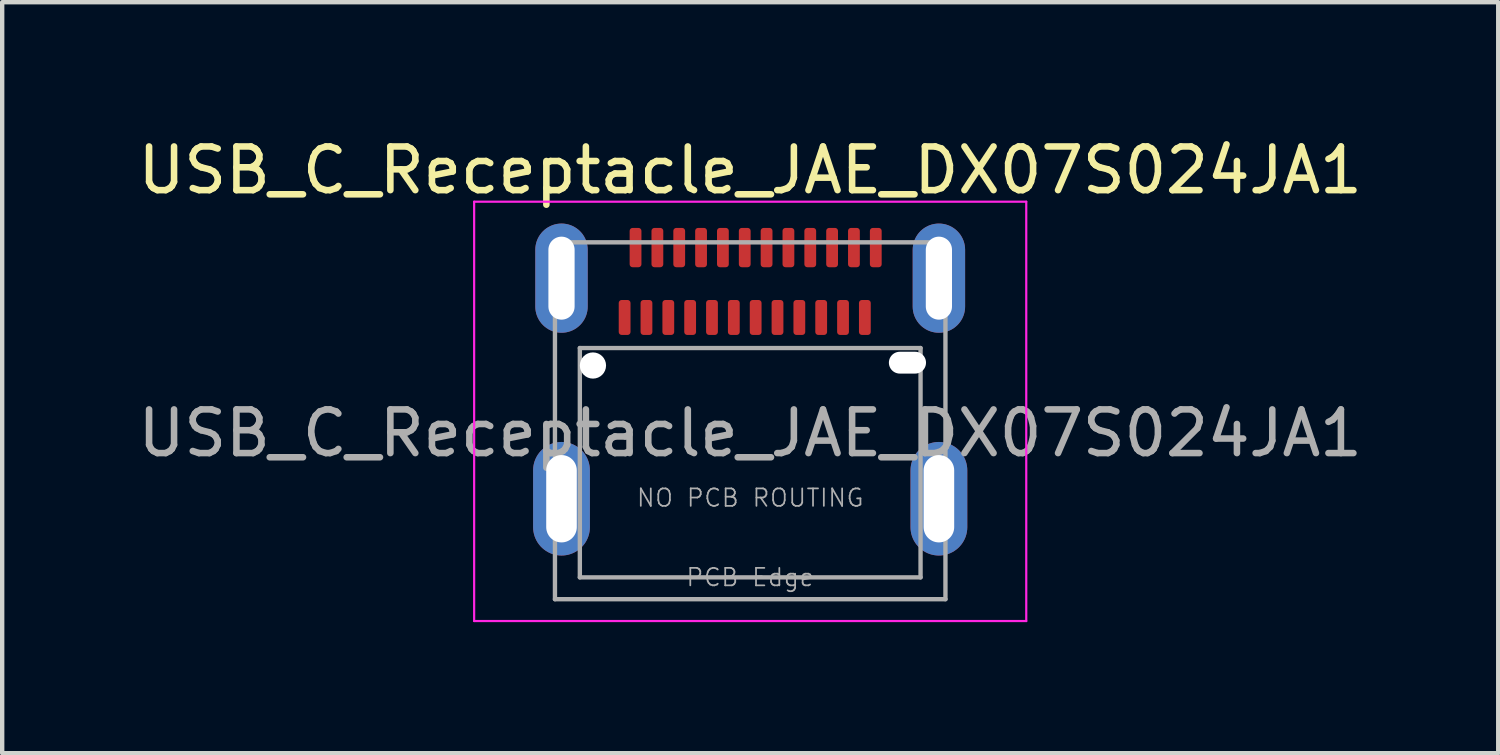
<source format=kicad_pcb>
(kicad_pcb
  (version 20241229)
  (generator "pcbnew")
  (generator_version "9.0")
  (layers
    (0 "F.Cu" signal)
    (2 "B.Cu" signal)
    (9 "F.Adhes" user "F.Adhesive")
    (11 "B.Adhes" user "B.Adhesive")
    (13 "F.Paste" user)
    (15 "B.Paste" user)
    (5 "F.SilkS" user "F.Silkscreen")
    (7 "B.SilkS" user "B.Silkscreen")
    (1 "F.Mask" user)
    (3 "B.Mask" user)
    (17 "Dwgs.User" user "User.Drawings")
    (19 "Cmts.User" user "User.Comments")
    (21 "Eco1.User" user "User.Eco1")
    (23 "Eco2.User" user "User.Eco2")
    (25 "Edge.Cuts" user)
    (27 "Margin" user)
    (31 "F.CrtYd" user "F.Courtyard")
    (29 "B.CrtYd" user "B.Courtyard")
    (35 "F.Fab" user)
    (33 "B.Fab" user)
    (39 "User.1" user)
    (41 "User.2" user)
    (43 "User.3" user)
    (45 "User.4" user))
  (footprint "USB_C_Receptacle_JAE_DX07S024JA1"
    (layer "F.Cu")
    (at 14.125 6.868)
    (property "Reference" "USB_C_Receptacle_JAE_DX07S024JA1" (at 0 -6.02 0) (layer "F.SilkS") (effects (font (size 1 1) (thickness 0.15))))
    (attr smd)
    (fp_line (start -6.32 -5.3) (end -6.32 4.3) (stroke (width 0.05) (type solid)) (layer "F.CrtYd"))
    (fp_line (start -6.32 4.3) (end 6.32 4.3) (stroke (width 0.05) (type solid)) (layer "F.CrtYd"))
    (fp_line (start 6.32 -5.3) (end -6.32 -5.3) (stroke (width 0.05) (type solid)) (layer "F.CrtYd"))
    (fp_line (start 6.32 4.3) (end 6.32 -5.3) (stroke (width 0.05) (type solid)) (layer "F.CrtYd"))
    (fp_line (start -4.47 -4.37) (end 4.47 -4.37) (stroke (width 0.1) (type solid)) (layer "F.Fab"))
    (fp_line (start -4.47 3.8) (end -4.47 -4.37) (stroke (width 0.1) (type solid)) (layer "F.Fab"))
    (fp_line (start -4.47 3.8) (end 4.47 3.8) (stroke (width 0.1) (type solid)) (layer "F.Fab"))
    (fp_line (start -3.9 -1.95) (end 3.9 -1.95) (stroke (width 0.1) (type solid)) (layer "F.Fab"))
    (fp_line (start -3.9 3.3) (end -3.9 -1.95) (stroke (width 0.1) (type solid)) (layer "F.Fab"))
    (fp_line (start -3.9 3.3) (end 3.9 3.3) (stroke (width 0.1) (type solid)) (layer "F.Fab"))
    (fp_line (start 3.9 3.3) (end 3.9 -1.95) (stroke (width 0.1) (type solid)) (layer "F.Fab"))
    (fp_line (start 4.47 3.8) (end 4.47 -4.37) (stroke (width 0.1) (type solid)) (layer "F.Fab"))
    (fp_text user "NO PCB ROUTING" (at 0 1.48 0) (layer "F.Fab") (effects (font (size 0.4 0.4) (thickness 0.04))))
    (fp_text user "${REFERENCE}" (at 0 0 0) (layer "F.Fab") (effects (font (size 1 1) (thickness 0.15))))
    (fp_text user "PCB Edge" (at 0 3.3 0) (layer "F.Fab") (effects (font (size 0.4 0.4) (thickness 0.04))))
    (pad "" smd roundrect (at -4.72 -3.5) (size 2 2.6) (layers "F.Paste") (roundrect_rratio 0.1))
    (pad "" smd roundrect (at -4.66 1.2) (size 2 3.2) (layers "F.Paste") (roundrect_rratio 0.1))
    (pad "" np_thru_hole oval (at -3.6 -1.55) (size 0.6 0.6) (drill 0.6) (layers "*.Cu" "*.Mask"))
    (pad "" np_thru_hole oval (at 3.6 -1.615) (size 0.85 0.5) (drill oval 0.85 0.5) (layers "*.Cu" "*.Mask"))
    (pad "" smd roundrect (at 4.66 1.2) (size 2 3.2) (layers "F.Paste") (roundrect_rratio 0.1))
    (pad "" smd roundrect (at 4.72 -3.5) (size 2 2.6) (layers "F.Paste") (roundrect_rratio 0.1))
    (pad "A1" smd roundrect (at -2.625 -4.25) (size 0.27 0.9) (layers "F.Cu" "F.Mask" "F.Paste") (roundrect_rratio 0.25))
    (pad "A2" smd roundrect (at -2.125 -4.25) (size 0.27 0.9) (layers "F.Cu" "F.Mask" "F.Paste") (roundrect_rratio 0.25))
    (pad "A3" smd roundrect (at -1.625 -4.25) (size 0.27 0.9) (layers "F.Cu" "F.Mask" "F.Paste") (roundrect_rratio 0.25))
    (pad "A4" smd roundrect (at -1.125 -4.25) (size 0.27 0.9) (layers "F.Cu" "F.Mask" "F.Paste") (roundrect_rratio 0.25))
    (pad "A5" smd roundrect (at -0.625 -4.25) (size 0.27 0.9) (layers "F.Cu" "F.Mask" "F.Paste") (roundrect_rratio 0.25))
    (pad "A6" smd roundrect (at -0.125 -4.25) (size 0.27 0.9) (layers "F.Cu" "F.Mask" "F.Paste") (roundrect_rratio 0.25))
    (pad "A7" smd roundrect (at 0.375 -4.25) (size 0.27 0.9) (layers "F.Cu" "F.Mask" "F.Paste") (roundrect_rratio 0.25))
    (pad "A8" smd roundrect (at 0.875 -4.25) (size 0.27 0.9) (layers "F.Cu" "F.Mask" "F.Paste") (roundrect_rratio 0.25))
    (pad "A9" smd roundrect (at 1.375 -4.25) (size 0.27 0.9) (layers "F.Cu" "F.Mask" "F.Paste") (roundrect_rratio 0.25))
    (pad "A10" smd roundrect (at 1.875 -4.25) (size 0.27 0.9) (layers "F.Cu" "F.Mask" "F.Paste") (roundrect_rratio 0.25))
    (pad "A11" smd roundrect (at 2.375 -4.25) (size 0.27 0.9) (layers "F.Cu" "F.Mask" "F.Paste") (roundrect_rratio 0.25))
    (pad "A12" smd roundrect (at 2.875 -4.25) (size 0.27 0.9) (layers "F.Cu" "F.Mask" "F.Paste") (roundrect_rratio 0.25))
    (pad "B1" smd roundrect (at 2.625 -2.65) (size 0.27 0.8) (layers "F.Cu" "F.Mask" "F.Paste") (roundrect_rratio 0.25))
    (pad "B2" smd roundrect (at 2.125 -2.65) (size 0.27 0.8) (layers "F.Cu" "F.Mask" "F.Paste") (roundrect_rratio 0.25))
    (pad "B3" smd roundrect (at 1.625 -2.65) (size 0.27 0.8) (layers "F.Cu" "F.Mask" "F.Paste") (roundrect_rratio 0.25))
    (pad "B4" smd roundrect (at 1.125 -2.65) (size 0.27 0.8) (layers "F.Cu" "F.Mask" "F.Paste") (roundrect_rratio 0.25))
    (pad "B5" smd roundrect (at 0.625 -2.65) (size 0.27 0.8) (layers "F.Cu" "F.Mask" "F.Paste") (roundrect_rratio 0.25))
    (pad "B6" smd roundrect (at 0.125 -2.65) (size 0.27 0.8) (layers "F.Cu" "F.Mask" "F.Paste") (roundrect_rratio 0.25))
    (pad "B7" smd roundrect (at -0.375 -2.65) (size 0.27 0.8) (layers "F.Cu" "F.Mask" "F.Paste") (roundrect_rratio 0.25))
    (pad "B8" smd roundrect (at -0.875 -2.65) (size 0.27 0.8) (layers "F.Cu" "F.Mask" "F.Paste") (roundrect_rratio 0.25))
    (pad "B9" smd roundrect (at -1.375 -2.65) (size 0.27 0.8) (layers "F.Cu" "F.Mask" "F.Paste") (roundrect_rratio 0.25))
    (pad "B10" smd roundrect (at -1.875 -2.65) (size 0.27 0.8) (layers "F.Cu" "F.Mask" "F.Paste") (roundrect_rratio 0.25))
    (pad "B11" smd roundrect (at -2.375 -2.65) (size 0.27 0.8) (layers "F.Cu" "F.Mask" "F.Paste") (roundrect_rratio 0.25))
    (pad "B12" smd roundrect (at -2.875 -2.65) (size 0.27 0.8) (layers "F.Cu" "F.Mask" "F.Paste") (roundrect_rratio 0.25))
    (pad "S1" thru_hole oval (at -4.32 -3.55) (size 1.2 2.5) (drill oval 0.6 1.9) (layers "*.Cu" "*.Mask"))
    (pad "S1" thru_hole oval (at -4.32 1.5) (size 1.3 2.6) (drill oval 0.7 2) (layers "*.Cu" "*.Mask"))
    (pad "S1" thru_hole oval (at 4.32 -3.55) (size 1.2 2.5) (drill oval 0.6 1.9) (layers "*.Cu" "*.Mask"))
    (pad "S1" thru_hole oval (at 4.32 1.5) (size 1.3 2.6) (drill oval 0.7 2) (layers "*.Cu" "*.Mask")))
  (gr_rect
    (start -3 -3)
    (end 31.25 14.193)
    (stroke (width 0.1) (type default))
    (fill no)
    (layer "Edge.Cuts")))
</source>
